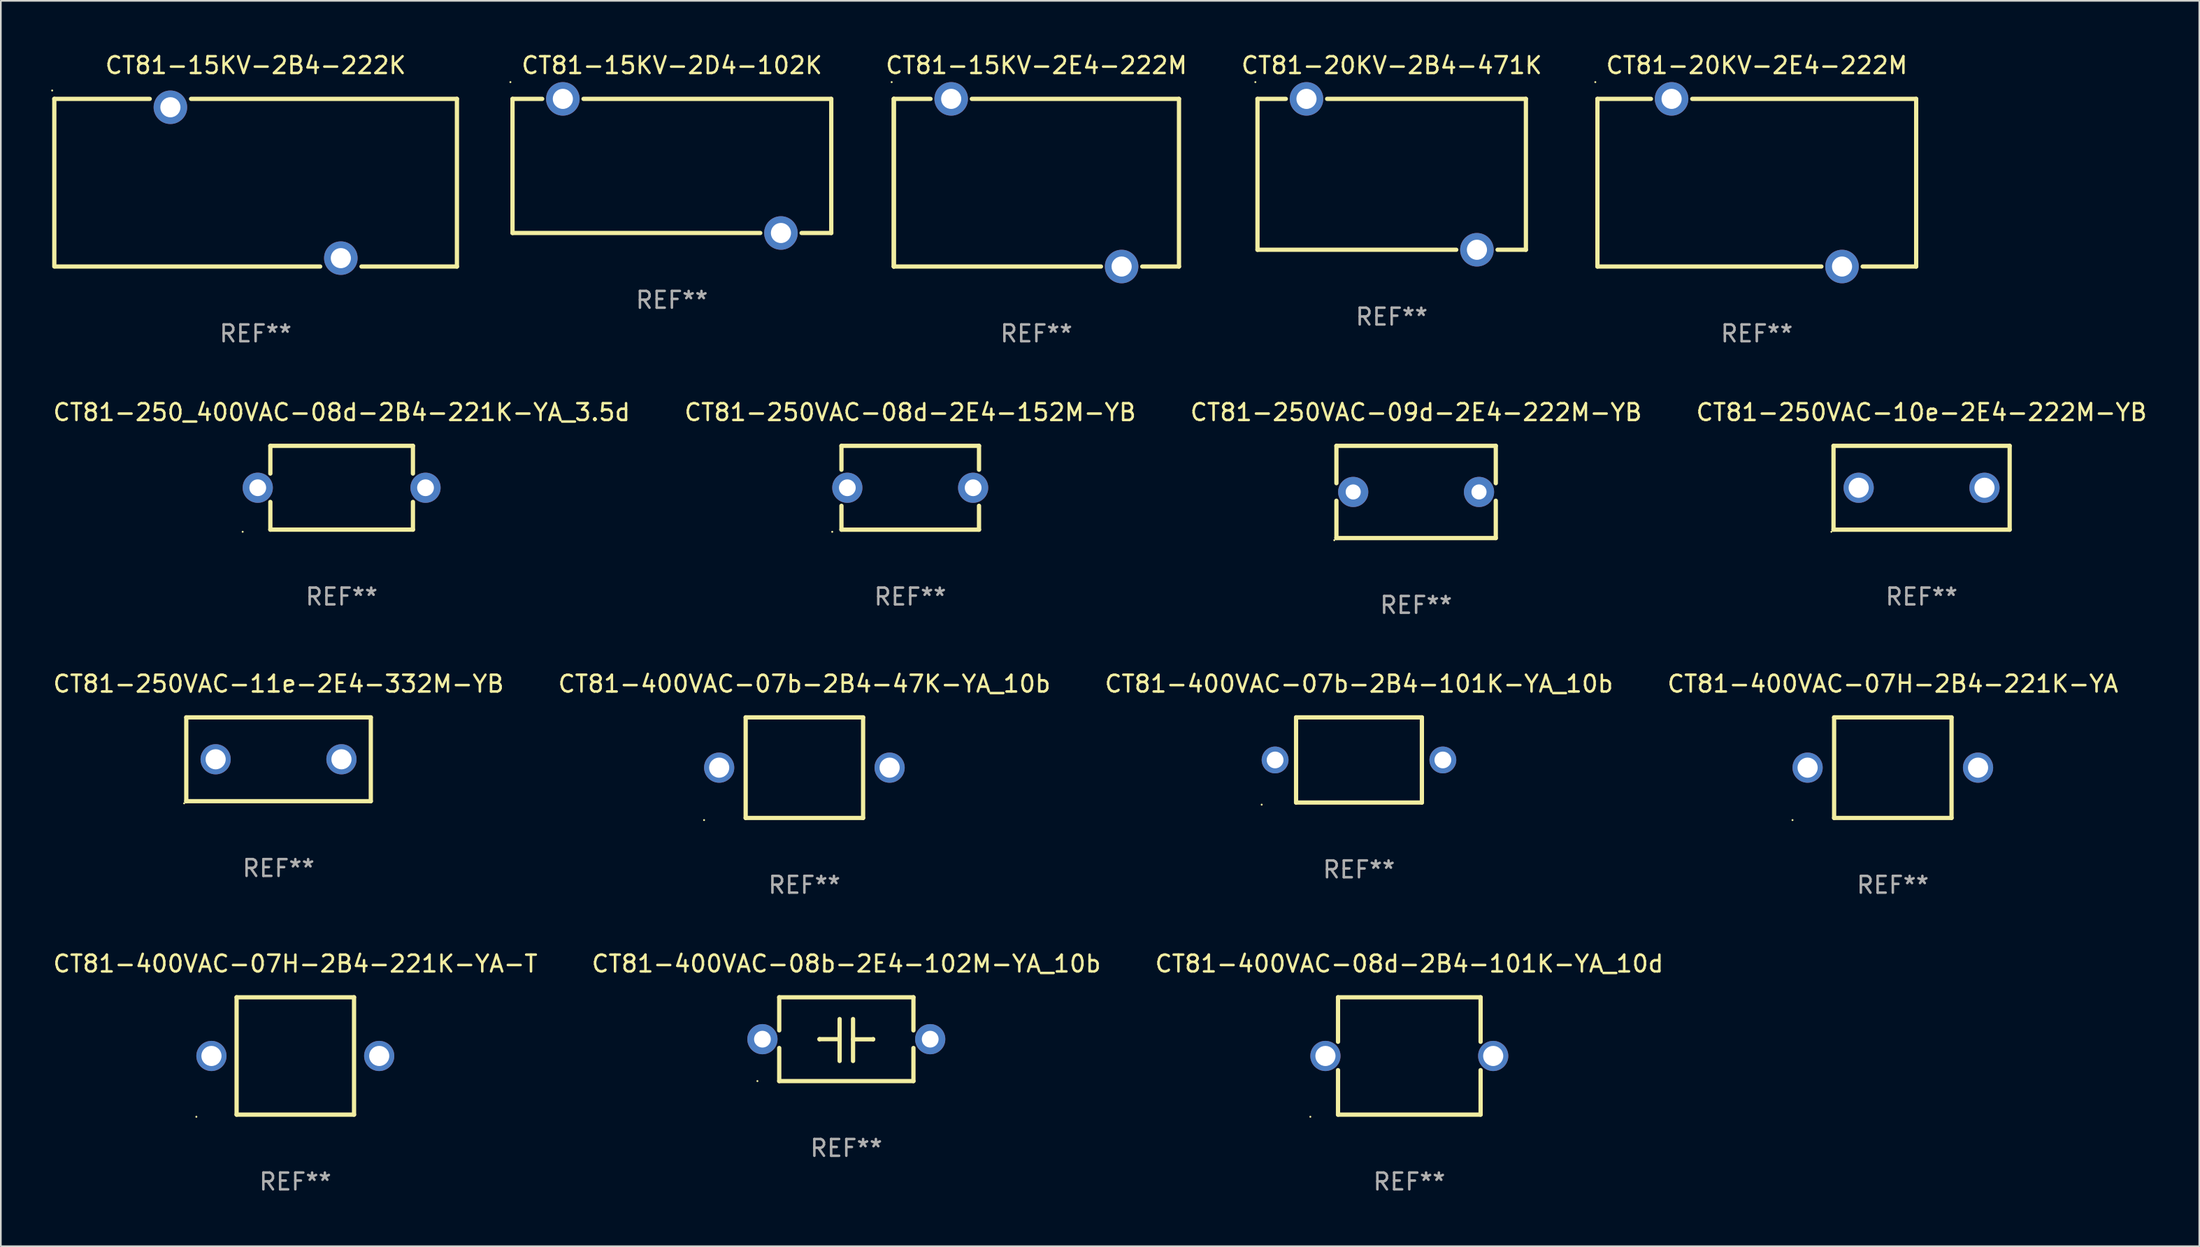
<source format=kicad_pcb>
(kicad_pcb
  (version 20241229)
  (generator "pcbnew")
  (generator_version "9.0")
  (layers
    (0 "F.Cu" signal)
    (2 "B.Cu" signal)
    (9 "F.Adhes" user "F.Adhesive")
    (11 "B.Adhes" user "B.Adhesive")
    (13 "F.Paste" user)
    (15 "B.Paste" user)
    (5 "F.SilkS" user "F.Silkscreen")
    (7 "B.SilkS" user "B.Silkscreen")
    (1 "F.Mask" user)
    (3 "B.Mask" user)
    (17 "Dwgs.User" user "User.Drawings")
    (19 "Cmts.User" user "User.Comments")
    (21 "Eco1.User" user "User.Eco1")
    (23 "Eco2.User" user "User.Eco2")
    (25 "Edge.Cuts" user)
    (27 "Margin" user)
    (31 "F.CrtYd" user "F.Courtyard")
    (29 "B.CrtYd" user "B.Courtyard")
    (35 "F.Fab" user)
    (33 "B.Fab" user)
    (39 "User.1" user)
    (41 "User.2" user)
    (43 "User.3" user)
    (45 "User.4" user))
  (footprint "CT81-250VAC-08d-2E4-152M-YB"
    (layer "F.Cu")
    (at 51.208 26.045)
    (property "Reference" "CT81-250VAC-08d-2E4-152M-YB" (at 0 -4.5 0) (layer "F.SilkS") (effects (font (size 1 1) (thickness 0.15))))
    (attr through_hole)
    (fp_line (start -4.1 -2.5) (end -4.1 -1.076) (stroke (width 0.254) (type solid)) (layer "F.SilkS"))
    (fp_line (start -4.1 -2.5) (end 4.1 -2.5) (stroke (width 0.254) (type solid)) (layer "F.SilkS"))
    (fp_line (start -4.1 1.076) (end -4.1 2.5) (stroke (width 0.254) (type solid)) (layer "F.SilkS"))
    (fp_line (start -4.1 2.5) (end 4.1 2.5) (stroke (width 0.254) (type solid)) (layer "F.SilkS"))
    (fp_line (start 4.1 -2.5) (end 4.1 -1.076) (stroke (width 0.254) (type solid)) (layer "F.SilkS"))
    (fp_line (start 4.1 1.076) (end 4.1 2.5) (stroke (width 0.254) (type solid)) (layer "F.SilkS"))
    (fp_circle (center -4.65 2.627) (end -4.62 2.627) (stroke (width 0.06) (type solid)) (fill no) (layer "F.SilkS"))
    (fp_text user "REF**" (at 0 6.5 0) (layer "F.Fab") (effects (font (size 1 1) (thickness 0.15))))
    (pad "1" thru_hole circle (at -3.75 0) (size 1.8 1.8) (drill 1) (layers "*.Cu" "*.Mask"))
    (pad "2" thru_hole circle (at 3.75 0) (size 1.8 1.8) (drill 1) (layers "*.Cu" "*.Mask")))
  (footprint "CT81-250_400VAC-08d-2B4-221K-YA_3.5d"
    (layer "F.Cu")
    (at 17.315 26.044)
    (property "Reference" "CT81-250_400VAC-08d-2B4-221K-YA_3.5d" (at 0 -4.499 0) (layer "F.SilkS") (effects (font (size 1 1) (thickness 0.15))))
    (attr through_hole)
    (fp_line (start -4.25 -2.499) (end -4.25 -0.846) (stroke (width 0.254) (type solid)) (layer "F.SilkS"))
    (fp_line (start -4.25 -2.499) (end 4.25 -2.499) (stroke (width 0.254) (type solid)) (layer "F.SilkS"))
    (fp_line (start -4.25 0.846) (end -4.25 2.499) (stroke (width 0.254) (type solid)) (layer "F.SilkS"))
    (fp_line (start 4.25 -0.846) (end 4.25 -2.499) (stroke (width 0.254) (type solid)) (layer "F.SilkS"))
    (fp_line (start 4.25 2.499) (end -4.25 2.499) (stroke (width 0.254) (type solid)) (layer "F.SilkS"))
    (fp_line (start 4.25 2.499) (end 4.25 0.846) (stroke (width 0.254) (type solid)) (layer "F.SilkS"))
    (fp_circle (center -5.9 2.626) (end -5.87 2.626) (stroke (width 0.06) (type solid)) (fill no) (layer "F.SilkS"))
    (fp_text user "REF**" (at 0 6.499 0) (layer "F.Fab") (effects (font (size 1 1) (thickness 0.15))))
    (pad "1" thru_hole circle (at -5 0) (size 1.8 1.8) (drill 1) (layers "*.Cu" "*.Mask"))
    (pad "2" thru_hole circle (at 5 0) (size 1.8 1.8) (drill 1) (layers "*.Cu" "*.Mask")))
  (footprint "CT81-20KV-2B4-471K"
    (layer "F.Cu")
    (at 79.908 7.348)
    (property "Reference" "CT81-20KV-2B4-471K" (at 0 -6.5 0) (layer "F.SilkS") (effects (font (size 1 1) (thickness 0.15))))
    (attr through_hole)
    (fp_line (start -8 -4.5) (end -6.311 -4.5) (stroke (width 0.254) (type solid)) (layer "F.SilkS"))
    (fp_line (start -8 4.5) (end -8 -4.5) (stroke (width 0.254) (type solid)) (layer "F.SilkS"))
    (fp_line (start -8 4.5) (end 3.849 4.5) (stroke (width 0.254) (type solid)) (layer "F.SilkS"))
    (fp_line (start -3.849 -4.5) (end 8 -4.5) (stroke (width 0.254) (type solid)) (layer "F.SilkS"))
    (fp_line (start 6.311 4.5) (end 8 4.5) (stroke (width 0.254) (type solid)) (layer "F.SilkS"))
    (fp_line (start 8 -4.5) (end 8 4.5) (stroke (width 0.254) (type solid)) (layer "F.SilkS"))
    (fp_circle (center -8.127 -5.5) (end -8.097 -5.5) (stroke (width 0.06) (type solid)) (fill no) (layer "F.SilkS"))
    (fp_text user "REF**" (at 0 8.5 0) (layer "F.Fab") (effects (font (size 1 1) (thickness 0.15))))
    (pad "1" thru_hole circle (at -5.08 -4.5) (size 2 2) (drill 1.2) (layers "*.Cu" "*.Mask"))
    (pad "2" thru_hole circle (at 5.08 4.5) (size 2 2) (drill 1.2) (layers "*.Cu" "*.Mask")))
  (footprint "CT81-250VAC-11e-2E4-332M-YB"
    (layer "F.Cu")
    (at 13.554 42.241)
    (property "Reference" "CT81-250VAC-11e-2E4-332M-YB" (at 0 -4.5 0) (layer "F.SilkS") (effects (font (size 1 1) (thickness 0.15))))
    (attr through_hole)
    (fp_line (start -5.5 -2.5) (end 5.5 -2.5) (stroke (width 0.254) (type solid)) (layer "F.SilkS"))
    (fp_line (start -5.5 2.5) (end -5.5 -2.5) (stroke (width 0.254) (type solid)) (layer "F.SilkS"))
    (fp_line (start 5.5 -2.5) (end 5.5 2.5) (stroke (width 0.254) (type solid)) (layer "F.SilkS"))
    (fp_line (start 5.5 2.5) (end -5.5 2.5) (stroke (width 0.254) (type solid)) (layer "F.SilkS"))
    (fp_circle (center -5.627 2.627) (end -5.597 2.627) (stroke (width 0.06) (type solid)) (fill no) (layer "F.SilkS"))
    (fp_text user "REF**" (at 0 6.5 0) (layer "F.Fab") (effects (font (size 1 1) (thickness 0.15))))
    (pad "1" thru_hole circle (at -3.75 0) (size 1.8 1.8) (drill 1.2) (layers "*.Cu" "*.Mask"))
    (pad "2" thru_hole circle (at 3.75 0) (size 1.8 1.8) (drill 1.2) (layers "*.Cu" "*.Mask")))
  (footprint "CT81-400VAC-07b-2B4-101K-YA_10b"
    (layer "F.Cu")
    (at 77.958 42.281)
    (property "Reference" "CT81-400VAC-07b-2B4-101K-YA_10b" (at 0 -4.54 0) (layer "F.SilkS") (effects (font (size 1 1) (thickness 0.15))))
    (attr through_hole)
    (fp_line (start -3.75 -2.54) (end 3.75 -2.54) (stroke (width 0.254) (type solid)) (layer "F.SilkS"))
    (fp_line (start -3.75 2.54) (end -3.75 -2.54) (stroke (width 0.254) (type solid)) (layer "F.SilkS"))
    (fp_line (start 3.75 -2.54) (end 3.75 2.54) (stroke (width 0.254) (type solid)) (layer "F.SilkS"))
    (fp_line (start 3.75 2.54) (end -3.75 2.54) (stroke (width 0.254) (type solid)) (layer "F.SilkS"))
    (fp_circle (center -5.8 2.667) (end -5.77 2.667) (stroke (width 0.06) (type solid)) (fill no) (layer "F.SilkS"))
    (fp_text user "REF**" (at 0 6.54 0) (layer "F.Fab") (effects (font (size 1 1) (thickness 0.15))))
    (pad "1" thru_hole circle (at -5 0) (size 1.6 1.6) (drill 1) (layers "*.Cu" "*.Mask"))
    (pad "2" thru_hole circle (at 5 0) (size 1.6 1.6) (drill 1) (layers "*.Cu" "*.Mask")))
  (footprint "CT81-400VAC-08d-2B4-101K-YA_10d"
    (layer "F.Cu")
    (at 80.958 59.938)
    (property "Reference" "CT81-400VAC-08d-2B4-101K-YA_10d" (at 0 -5.5 0) (layer "F.SilkS") (effects (font (size 1 1) (thickness 0.15))))
    (attr through_hole)
    (fp_line (start -4.25 -3.5) (end -4.25 -0.846) (stroke (width 0.254) (type solid)) (layer "F.SilkS"))
    (fp_line (start -4.25 -3.5) (end 4.25 -3.5) (stroke (width 0.254) (type solid)) (layer "F.SilkS"))
    (fp_line (start -4.25 0.846) (end -4.25 3.5) (stroke (width 0.254) (type solid)) (layer "F.SilkS"))
    (fp_line (start 4.25 -3.5) (end 4.25 -0.846) (stroke (width 0.254) (type solid)) (layer "F.SilkS"))
    (fp_line (start 4.25 0.846) (end 4.25 3.5) (stroke (width 0.254) (type solid)) (layer "F.SilkS"))
    (fp_line (start 4.25 3.5) (end -4.25 3.5) (stroke (width 0.254) (type solid)) (layer "F.SilkS"))
    (fp_circle (center -5.9 3.627) (end -5.87 3.627) (stroke (width 0.06) (type solid)) (fill no) (layer "F.SilkS"))
    (fp_text user "REF**" (at 0 7.5 0) (layer "F.Fab") (effects (font (size 1 1) (thickness 0.15))))
    (pad "1" thru_hole circle (at -5 0) (size 1.8 1.8) (drill 1.2) (layers "*.Cu" "*.Mask"))
    (pad "2" thru_hole circle (at 5 0) (size 1.8 1.8) (drill 1.2) (layers "*.Cu" "*.Mask")))
  (footprint "CT81-20KV-2E4-222M"
    (layer "F.Cu")
    (at 101.672 7.848)
    (property "Reference" "CT81-20KV-2E4-222M" (at 0 -7 0) (layer "F.SilkS") (effects (font (size 1 1) (thickness 0.15))))
    (attr through_hole)
    (fp_line (start -9.5 -5) (end -6.311 -5) (stroke (width 0.254) (type solid)) (layer "F.SilkS"))
    (fp_line (start -9.5 5) (end -9.5 -5) (stroke (width 0.254) (type solid)) (layer "F.SilkS"))
    (fp_line (start -3.849 -5) (end 9.5 -5) (stroke (width 0.254) (type solid)) (layer "F.SilkS"))
    (fp_line (start 3.849 5) (end -9.5 5) (stroke (width 0.254) (type solid)) (layer "F.SilkS"))
    (fp_line (start 9.5 -5) (end 9.5 5) (stroke (width 0.254) (type solid)) (layer "F.SilkS"))
    (fp_line (start 9.5 5) (end 6.311 5) (stroke (width 0.254) (type solid)) (layer "F.SilkS"))
    (fp_circle (center -9.627 -6) (end -9.597 -6) (stroke (width 0.06) (type solid)) (fill no) (layer "F.SilkS"))
    (fp_text user "REF**" (at 0 9 0) (layer "F.Fab") (effects (font (size 1 1) (thickness 0.15))))
    (pad "1" thru_hole circle (at -5.08 -5) (size 2 2) (drill 1.2) (layers "*.Cu" "*.Mask"))
    (pad "2" thru_hole circle (at 5.08 5) (size 2 2) (drill 1.2) (layers "*.Cu" "*.Mask")))
  (footprint "CT81-250VAC-09d-2E4-222M-YB"
    (layer "F.Cu")
    (at 81.363 26.295)
    (property "Reference" "CT81-250VAC-09d-2E4-222M-YB" (at 0 -4.75 0) (layer "F.SilkS") (effects (font (size 1 1) (thickness 0.15))))
    (attr through_hole)
    (fp_line (start -4.75 -2.75) (end 4.75 -2.75) (stroke (width 0.254) (type solid)) (layer "F.SilkS"))
    (fp_line (start -4.75 -0.524) (end -4.75 -2.75) (stroke (width 0.254) (type solid)) (layer "F.SilkS"))
    (fp_line (start -4.75 2.75) (end -4.75 0.524) (stroke (width 0.254) (type solid)) (layer "F.SilkS"))
    (fp_line (start 4.75 -2.75) (end 4.75 -0.524) (stroke (width 0.254) (type solid)) (layer "F.SilkS"))
    (fp_line (start 4.75 0.524) (end 4.75 2.75) (stroke (width 0.254) (type solid)) (layer "F.SilkS"))
    (fp_line (start 4.75 2.75) (end -4.75 2.75) (stroke (width 0.254) (type solid)) (layer "F.SilkS"))
    (fp_circle (center -4.877 2.877) (end -4.847 2.877) (stroke (width 0.06) (type solid)) (fill no) (layer "F.SilkS"))
    (fp_text user "REF**" (at 0 6.75 0) (layer "F.Fab") (effects (font (size 1 1) (thickness 0.15))))
    (pad "1" thru_hole circle (at -3.749 0) (size 1.8 1.8) (drill 0.9) (layers "*.Cu" "*.Mask"))
    (pad "2" thru_hole circle (at 3.749 0) (size 1.8 1.8) (drill 0.9) (layers "*.Cu" "*.Mask")))
  (footprint "CT81-250VAC-10e-2E4-222M-YB"
    (layer "F.Cu")
    (at 111.494 26.045)
    (property "Reference" "CT81-250VAC-10e-2E4-222M-YB" (at 0 -4.5 0) (layer "F.SilkS") (effects (font (size 1 1) (thickness 0.15))))
    (attr through_hole)
    (fp_line (start -5.25 -2.5) (end 5.25 -2.5) (stroke (width 0.254) (type solid)) (layer "F.SilkS"))
    (fp_line (start -5.25 2.5) (end -5.25 -2.5) (stroke (width 0.254) (type solid)) (layer "F.SilkS"))
    (fp_line (start 5.25 -2.5) (end 5.25 2.5) (stroke (width 0.254) (type solid)) (layer "F.SilkS"))
    (fp_line (start 5.25 2.5) (end -5.25 2.5) (stroke (width 0.254) (type solid)) (layer "F.SilkS"))
    (fp_circle (center -5.377 2.627) (end -5.347 2.627) (stroke (width 0.06) (type solid)) (fill no) (layer "F.SilkS"))
    (fp_text user "REF**" (at 0 6.5 0) (layer "F.Fab") (effects (font (size 1 1) (thickness 0.15))))
    (pad "1" thru_hole circle (at -3.75 0) (size 1.8 1.8) (drill 1.2) (layers "*.Cu" "*.Mask"))
    (pad "2" thru_hole circle (at 3.75 0) (size 1.8 1.8) (drill 1.2) (layers "*.Cu" "*.Mask")))
  (footprint "CT81-15KV-2B4-222K"
    (layer "F.Cu")
    (at 12.187 7.848)
    (property "Reference" "CT81-15KV-2B4-222K" (at 0 -7 0) (layer "F.SilkS") (effects (font (size 1 1) (thickness 0.15))))
    (attr through_hole)
    (fp_line (start -12 -5) (end -12 5) (stroke (width 0.254) (type solid)) (layer "F.SilkS"))
    (fp_line (start -12 -5) (end -6.311 -5) (stroke (width 0.254) (type solid)) (layer "F.SilkS"))
    (fp_line (start -3.849 -5) (end 12 -5) (stroke (width 0.254) (type solid)) (layer "F.SilkS"))
    (fp_line (start 3.849 5) (end -11.938 5) (stroke (width 0.254) (type solid)) (layer "F.SilkS"))
    (fp_line (start 12 -5) (end 12 5) (stroke (width 0.254) (type solid)) (layer "F.SilkS"))
    (fp_line (start 12 5) (end 6.311 5) (stroke (width 0.254) (type solid)) (layer "F.SilkS"))
    (fp_circle (center -12.127 -5.5) (end -12.097 -5.5) (stroke (width 0.06) (type solid)) (fill no) (layer "F.SilkS"))
    (fp_text user "REF**" (at 0 9 0) (layer "F.Fab") (effects (font (size 1 1) (thickness 0.15))))
    (pad "1" thru_hole circle (at -5.08 -4.5) (size 2 2) (drill 1.2) (layers "*.Cu" "*.Mask"))
    (pad "2" thru_hole circle (at 5.08 4.5) (size 2 2) (drill 1.2) (layers "*.Cu" "*.Mask")))
  (footprint "CT81-400VAC-08b-2E4-102M-YA_10b"
    (layer "F.Cu")
    (at 47.399 58.937)
    (property "Reference" "CT81-400VAC-08b-2E4-102M-YA_10b" (at 0 -4.499 0) (layer "F.SilkS") (effects (font (size 1 1) (thickness 0.15))))
    (attr through_hole)
    (fp_line (start -4 -2.499) (end -4 -0.526) (stroke (width 0.254) (type solid)) (layer "F.SilkS"))
    (fp_line (start -4 -2.499) (end 4 -2.499) (stroke (width 0.254) (type solid)) (layer "F.SilkS"))
    (fp_line (start -4 0.526) (end -4 2.499) (stroke (width 0.254) (type solid)) (layer "F.SilkS"))
    (fp_line (start -1.6 0) (end -1.6 0.007) (stroke (width 0.254) (type solid)) (layer "F.SilkS"))
    (fp_line (start -0.4 0) (end -1.6 0) (stroke (width 0.254) (type solid)) (layer "F.SilkS"))
    (fp_line (start -0.4 1.3) (end -0.4 -1.2) (stroke (width 0.254) (type solid)) (layer "F.SilkS"))
    (fp_line (start 0.4 -1.2) (end 0.4 1.3) (stroke (width 0.254) (type solid)) (layer "F.SilkS"))
    (fp_line (start 0.4 0.007) (end 1.6 0.007) (stroke (width 0.254) (type solid)) (layer "F.SilkS"))
    (fp_line (start 1.6 0.007) (end 1.6 0) (stroke (width 0.254) (type solid)) (layer "F.SilkS"))
    (fp_line (start 4 -2.499) (end 4 -0.526) (stroke (width 0.254) (type solid)) (layer "F.SilkS"))
    (fp_line (start 4 0.526) (end 4 2.499) (stroke (width 0.254) (type solid)) (layer "F.SilkS"))
    (fp_line (start 4 2.499) (end -4 2.499) (stroke (width 0.254) (type solid)) (layer "F.SilkS"))
    (fp_circle (center -5.3 2.5) (end -5.27 2.5) (stroke (width 0.06) (type solid)) (fill no) (layer "F.SilkS"))
    (fp_text user "REF**" (at 0 6.499 0) (layer "F.Fab") (effects (font (size 1 1) (thickness 0.15))))
    (pad "1" thru_hole circle (at -5 0) (size 1.8 1.8) (drill 1) (layers "*.Cu" "*.Mask"))
    (pad "2" thru_hole circle (at 5 0) (size 1.8 1.8) (drill 1) (layers "*.Cu" "*.Mask")))
  (footprint "CT81-15KV-2E4-222M"
    (layer "F.Cu")
    (at 58.729 7.848)
    (property "Reference" "CT81-15KV-2E4-222M" (at 0 -7 0) (layer "F.SilkS") (effects (font (size 1 1) (thickness 0.15))))
    (attr through_hole)
    (fp_line (start -8.5 -5) (end -8.5 5) (stroke (width 0.254) (type solid)) (layer "F.SilkS"))
    (fp_line (start -8.5 5) (end -8.5 -5) (stroke (width 0.254) (type solid)) (layer "F.SilkS"))
    (fp_line (start -6.311 -5) (end -8.5 -5) (stroke (width 0.254) (type solid)) (layer "F.SilkS"))
    (fp_line (start 3.849 5) (end -8.5 5) (stroke (width 0.254) (type solid)) (layer "F.SilkS"))
    (fp_line (start 8.5 -5) (end -3.849 -5) (stroke (width 0.254) (type solid)) (layer "F.SilkS"))
    (fp_line (start 8.5 -5) (end 8.5 5) (stroke (width 0.254) (type solid)) (layer "F.SilkS"))
    (fp_line (start 8.5 5) (end 6.311 5) (stroke (width 0.254) (type solid)) (layer "F.SilkS"))
    (fp_circle (center -8.627 -6) (end -8.597 -6) (stroke (width 0.06) (type solid)) (fill no) (layer "F.SilkS"))
    (fp_text user "REF**" (at 0 9 0) (layer "F.Fab") (effects (font (size 1 1) (thickness 0.15))))
    (pad "1" thru_hole circle (at -5.08 -5) (size 2 2) (drill 1.2) (layers "*.Cu" "*.Mask"))
    (pad "2" thru_hole circle (at 5.08 5) (size 2 2) (drill 1.2) (layers "*.Cu" "*.Mask")))
  (footprint "CT81-400VAC-07H-2B4-221K-YA-T"
    (layer "F.Cu")
    (at 14.554 59.938)
    (property "Reference" "CT81-400VAC-07H-2B4-221K-YA-T" (at 0 -5.5 0) (layer "F.SilkS") (effects (font (size 1 1) (thickness 0.15))))
    (attr through_hole)
    (fp_line (start -3.5 -3.5) (end 3.5 -3.5) (stroke (width 0.254) (type solid)) (layer "F.SilkS"))
    (fp_line (start -3.5 3.5) (end -3.5 -3.5) (stroke (width 0.254) (type solid)) (layer "F.SilkS"))
    (fp_line (start 3.5 -3.5) (end 3.5 3.5) (stroke (width 0.254) (type solid)) (layer "F.SilkS"))
    (fp_line (start 3.5 3.5) (end -3.5 3.5) (stroke (width 0.254) (type solid)) (layer "F.SilkS"))
    (fp_circle (center -5.9 3.627) (end -5.87 3.627) (stroke (width 0.06) (type solid)) (fill no) (layer "F.SilkS"))
    (fp_text user "REF**" (at 0 7.5 0) (layer "F.Fab") (effects (font (size 1 1) (thickness 0.15))))
    (pad "1" thru_hole circle (at -5 0) (size 1.8 1.8) (drill 1.2) (layers "*.Cu" "*.Mask"))
    (pad "2" thru_hole circle (at 5 0) (size 1.8 1.8) (drill 1.2) (layers "*.Cu" "*.Mask")))
  (footprint "CT81-400VAC-07H-2B4-221K-YA"
    (layer "F.Cu")
    (at 109.78 42.741)
    (property "Reference" "CT81-400VAC-07H-2B4-221K-YA" (at 0 -5 0) (layer "F.SilkS") (effects (font (size 1 1) (thickness 0.15))))
    (attr through_hole)
    (fp_line (start -3.5 -3) (end 3.5 -3) (stroke (width 0.254) (type solid)) (layer "F.SilkS"))
    (fp_line (start -3.5 3) (end -3.5 -3) (stroke (width 0.254) (type solid)) (layer "F.SilkS"))
    (fp_line (start 3.5 -3) (end 3.5 3) (stroke (width 0.254) (type solid)) (layer "F.SilkS"))
    (fp_line (start 3.5 3) (end -3.5 3) (stroke (width 0.254) (type solid)) (layer "F.SilkS"))
    (fp_circle (center -5.98 3.127) (end -5.95 3.127) (stroke (width 0.06) (type solid)) (fill no) (layer "F.SilkS"))
    (fp_text user "REF**" (at 0 7 0) (layer "F.Fab") (effects (font (size 1 1) (thickness 0.15))))
    (pad "1" thru_hole circle (at -5.08 0) (size 1.8 1.8) (drill 1.2) (layers "*.Cu" "*.Mask"))
    (pad "2" thru_hole circle (at 5.08 0) (size 1.8 1.8) (drill 1.2) (layers "*.Cu" "*.Mask")))
  (footprint "CT81-400VAC-07b-2B4-47K-YA_10b"
    (layer "F.Cu")
    (at 44.899 42.741)
    (property "Reference" "CT81-400VAC-07b-2B4-47K-YA_10b" (at 0 -5 0) (layer "F.SilkS") (effects (font (size 1 1) (thickness 0.15))))
    (attr through_hole)
    (fp_line (start -3.5 -3) (end 3.5 -3) (stroke (width 0.254) (type solid)) (layer "F.SilkS"))
    (fp_line (start -3.5 3) (end -3.5 -3) (stroke (width 0.254) (type solid)) (layer "F.SilkS"))
    (fp_line (start 3.5 -3) (end 3.5 3) (stroke (width 0.254) (type solid)) (layer "F.SilkS"))
    (fp_line (start 3.5 3) (end -3.5 3) (stroke (width 0.254) (type solid)) (layer "F.SilkS"))
    (fp_circle (center -5.98 3.127) (end -5.95 3.127) (stroke (width 0.06) (type solid)) (fill no) (layer "F.SilkS"))
    (fp_text user "REF**" (at 0 7 0) (layer "F.Fab") (effects (font (size 1 1) (thickness 0.15))))
    (pad "1" thru_hole circle (at -5.08 0) (size 1.8 1.8) (drill 1.2) (layers "*.Cu" "*.Mask"))
    (pad "2" thru_hole circle (at 5.08 0) (size 1.8 1.8) (drill 1.2) (layers "*.Cu" "*.Mask")))
  (footprint "CT81-15KV-2D4-102K"
    (layer "F.Cu")
    (at 37.001 6.848)
    (property "Reference" "CT81-15KV-2D4-102K" (at 0 -6 0) (layer "F.SilkS") (effects (font (size 1 1) (thickness 0.15))))
    (attr through_hole)
    (fp_line (start -9.5 -4) (end -7.731 -4) (stroke (width 0.254) (type solid)) (layer "F.SilkS"))
    (fp_line (start -9.5 4) (end -9.5 -4) (stroke (width 0.254) (type solid)) (layer "F.SilkS"))
    (fp_line (start -5.269 -4) (end 9.5 -4) (stroke (width 0.254) (type solid)) (layer "F.SilkS"))
    (fp_line (start 5.269 4) (end -9.5 4) (stroke (width 0.254) (type solid)) (layer "F.SilkS"))
    (fp_line (start 9.5 -4) (end 9.5 4) (stroke (width 0.254) (type solid)) (layer "F.SilkS"))
    (fp_line (start 9.5 4) (end 7.731 4) (stroke (width 0.254) (type solid)) (layer "F.SilkS"))
    (fp_circle (center -9.627 -5) (end -9.597 -5) (stroke (width 0.06) (type solid)) (fill no) (layer "F.SilkS"))
    (fp_text user "REF**" (at 0 8 0) (layer "F.Fab") (effects (font (size 1 1) (thickness 0.15))))
    (pad "1" thru_hole circle (at -6.5 -4) (size 2 2) (drill 1.2) (layers "*.Cu" "*.Mask"))
    (pad "2" thru_hole circle (at 6.5 4) (size 2 2) (drill 1.2) (layers "*.Cu" "*.Mask")))
  (gr_rect
    (start -3 -3)
    (end 128.048 71.286)
    (stroke (width 0.1) (type default))
    (fill no)
    (layer "Edge.Cuts")))
</source>
